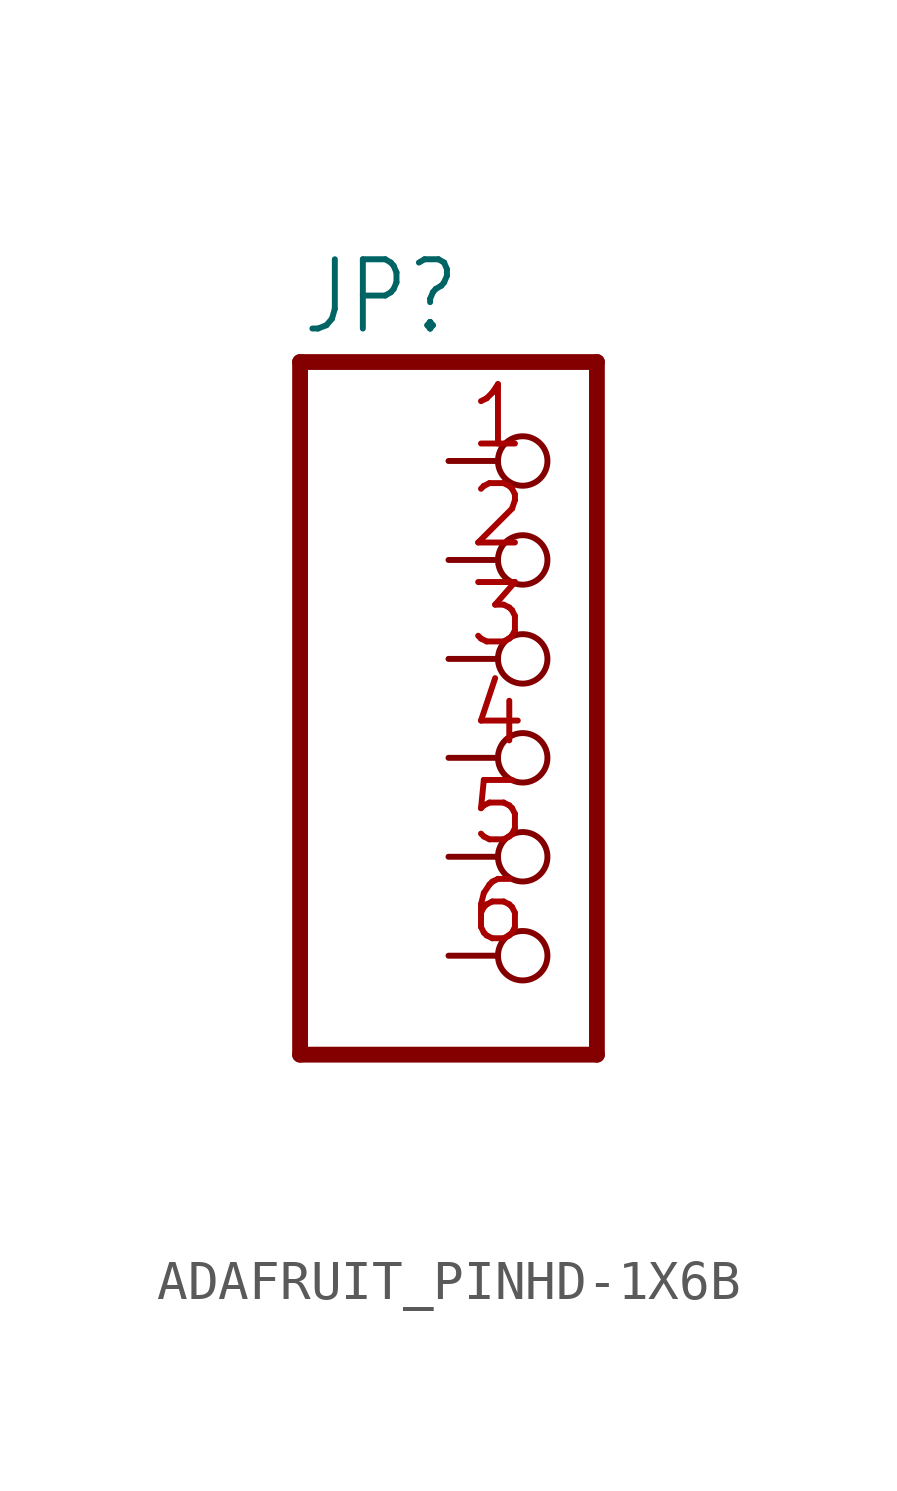
<source format=kicad_sym>
(kicad_symbol_lib
  (version 20241209)
  (generator "kicad_symbol_editor")
  (generator_version "9.0")
  (symbol "ADAFRUIT_PINHD-1X6B"
    (property "Reference" "JP"
      (at -6.35 10.795 0)
      (effects (font (size 1.778 1.511)) (justify left bottom)))
    (property "Value" ""
      (at -6.35 -10.16 0)
      (effects (font (size 1.778 1.511)) (justify left bottom)))
    (property "ki_locked" ""
      (at 0 0 0)
      (effects (font (size 1.27 1.27))))
    (symbol "ADAFRUIT_PINHD-1X6B_1_0"
      (polyline (pts (xy -6.35 10.16) (xy -6.35 -7.62)) (stroke (width 0.406) (type solid)) (fill (type none)))
      (polyline (pts (xy -6.35 -7.62) (xy 1.27 -7.62)) (stroke (width 0.406) (type solid)) (fill (type none)))
      (polyline (pts (xy 1.27 10.16) (xy -6.35 10.16)) (stroke (width 0.406) (type solid)) (fill (type none)))
      (polyline (pts (xy 1.27 -7.62) (xy 1.27 10.16)) (stroke (width 0.406) (type solid)) (fill (type none)))
      (pin passive inverted (at -2.54 7.62 0) (length 2.54) (name "1" (effects (font (size 0 0)))) (number "1" (effects (font (size 1.524 1.524)))))
      (pin passive inverted (at -2.54 5.08 0) (length 2.54) (name "2" (effects (font (size 0 0)))) (number "2" (effects (font (size 1.524 1.524)))))
      (pin passive inverted (at -2.54 2.54 0) (length 2.54) (name "3" (effects (font (size 0 0)))) (number "3" (effects (font (size 1.524 1.524)))))
      (pin passive inverted (at -2.54 0 0) (length 2.54) (name "4" (effects (font (size 0 0)))) (number "4" (effects (font (size 1.524 1.524)))))
      (pin passive inverted (at -2.54 -2.54 0) (length 2.54) (name "5" (effects (font (size 0 0)))) (number "5" (effects (font (size 1.524 1.524)))))
      (pin passive inverted (at -2.54 -5.08 0) (length 2.54) (name "6" (effects (font (size 0 0)))) (number "6" (effects (font (size 1.524 1.524))))))))
</source>
